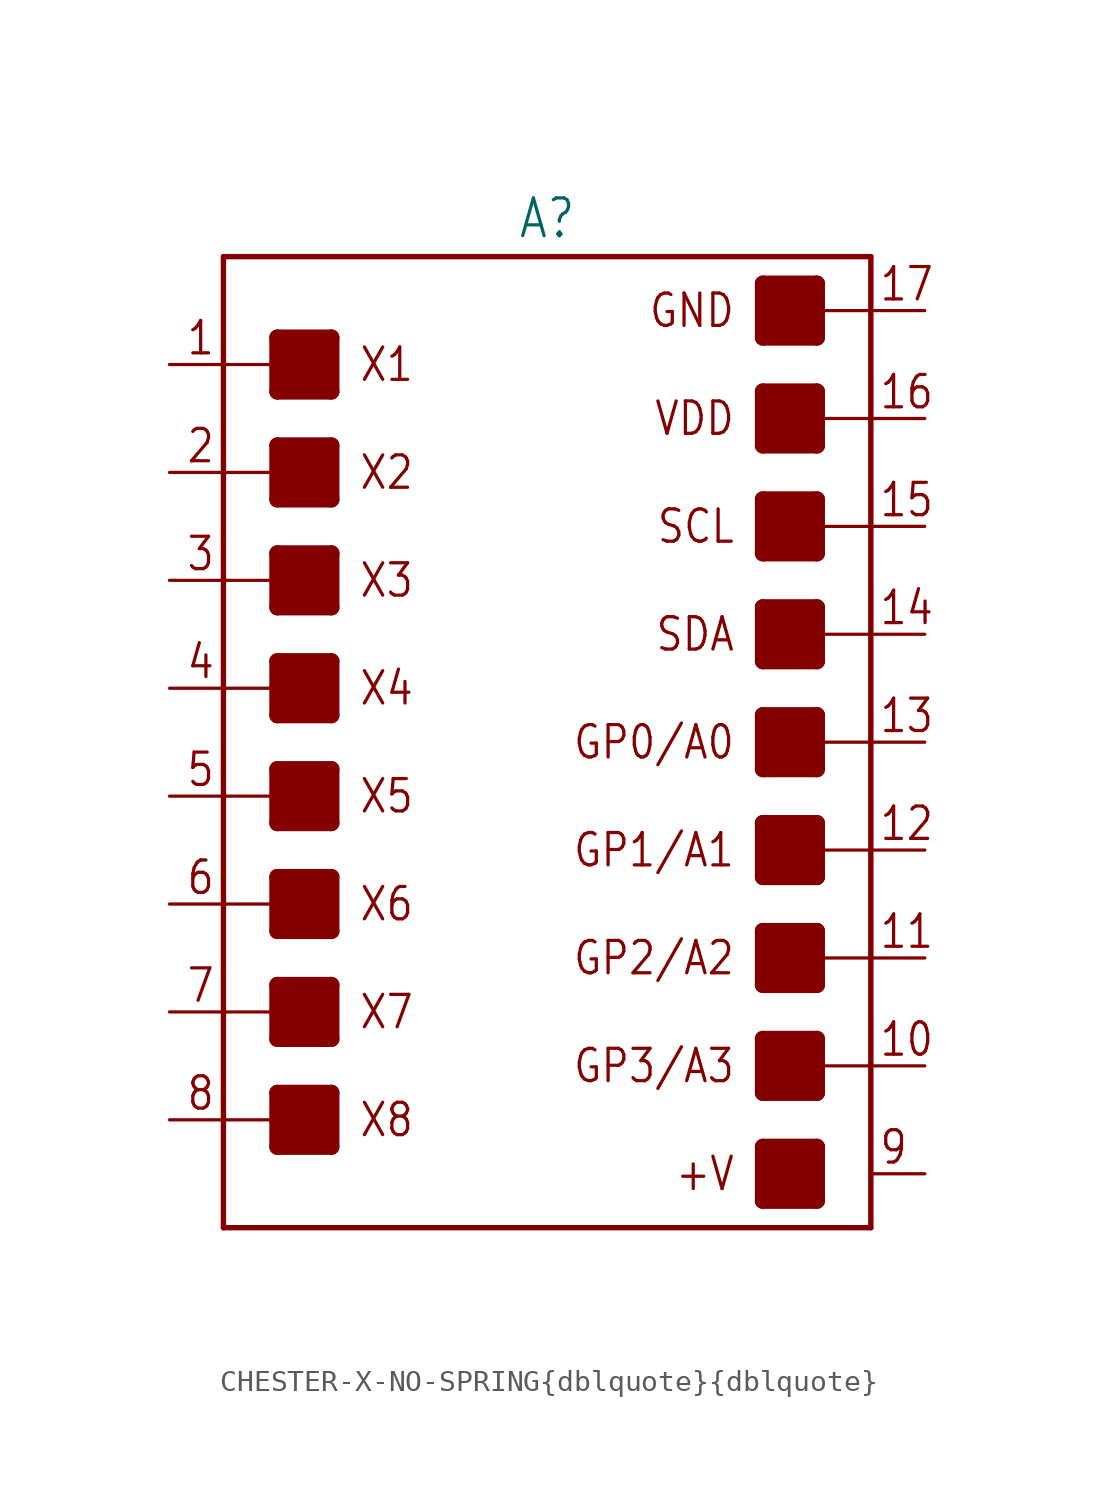
<source format=kicad_sym>
(kicad_symbol_lib
  (version 20231120)
  (generator "kicad_symbol_editor")
  (generator_version "8.0")
  (symbol "CHESTER-X-NO-SPRING{dblquote}{dblquote}"
    (property "Reference" "A"
      (at 0 23.622 0)
      (effects (font (size 1.778 1.511)) (justify bottom)))
    (property "Value" ""
      (at 0 -23.622 0)
      (effects (font (size 1.778 1.511)) (justify top)))
    (property "ki_locked" ""
      (at 0 0 0)
      (effects (font (size 1.27 1.27))))
    (symbol "CHESTER-X-NO-SPRING{dblquote}{dblquote}_1_0"
      (rectangle (start -12.7 -19.05) (end -10.16 -16.51) (stroke (width 0) (type default)) (fill (type outline)))
      (rectangle (start -12.7 -13.97) (end -10.16 -11.43) (stroke (width 0) (type default)) (fill (type outline)))
      (rectangle (start -12.7 -8.89) (end -10.16 -6.35) (stroke (width 0) (type default)) (fill (type outline)))
      (rectangle (start -12.7 -3.81) (end -10.16 -1.27) (stroke (width 0) (type default)) (fill (type outline)))
      (rectangle (start -12.7 1.27) (end -10.16 3.81) (stroke (width 0) (type default)) (fill (type outline)))
      (rectangle (start -12.7 6.35) (end -10.16 8.89) (stroke (width 0) (type default)) (fill (type outline)))
      (rectangle (start -12.7 11.43) (end -10.16 13.97) (stroke (width 0) (type default)) (fill (type outline)))
      (rectangle (start -12.7 16.51) (end -10.16 19.05) (stroke (width 0) (type default)) (fill (type outline)))
      (polyline (pts (xy -15.24 -17.78) (xy -15.24 -22.86)) (stroke (width 0.254) (type solid)) (fill (type none)))
      (polyline (pts (xy -15.24 -17.78) (xy -12.7 -17.78)) (stroke (width 0.152) (type solid)) (fill (type none)))
      (polyline (pts (xy -15.24 -12.7) (xy -15.24 -17.78)) (stroke (width 0.254) (type solid)) (fill (type none)))
      (polyline (pts (xy -15.24 -12.7) (xy -12.7 -12.7)) (stroke (width 0.152) (type solid)) (fill (type none)))
      (polyline (pts (xy -15.24 -7.62) (xy -15.24 -12.7)) (stroke (width 0.254) (type solid)) (fill (type none)))
      (polyline (pts (xy -15.24 -7.62) (xy -12.7 -7.62)) (stroke (width 0.152) (type solid)) (fill (type none)))
      (polyline (pts (xy -15.24 -2.54) (xy -15.24 -7.62)) (stroke (width 0.254) (type solid)) (fill (type none)))
      (polyline (pts (xy -15.24 -2.54) (xy -12.7 -2.54)) (stroke (width 0.152) (type solid)) (fill (type none)))
      (polyline (pts (xy -15.24 2.54) (xy -15.24 -2.54)) (stroke (width 0.254) (type solid)) (fill (type none)))
      (polyline (pts (xy -15.24 2.54) (xy -12.7 2.54)) (stroke (width 0.152) (type solid)) (fill (type none)))
      (polyline (pts (xy -15.24 7.62) (xy -15.24 2.54)) (stroke (width 0.254) (type solid)) (fill (type none)))
      (polyline (pts (xy -15.24 7.62) (xy -12.7 7.62)) (stroke (width 0.152) (type solid)) (fill (type none)))
      (polyline (pts (xy -15.24 12.7) (xy -15.24 7.62)) (stroke (width 0.254) (type solid)) (fill (type none)))
      (polyline (pts (xy -15.24 12.7) (xy -12.7 12.7)) (stroke (width 0.152) (type solid)) (fill (type none)))
      (polyline (pts (xy -15.24 17.78) (xy -15.24 12.7)) (stroke (width 0.254) (type solid)) (fill (type none)))
      (polyline (pts (xy -15.24 17.78) (xy -12.7 17.78)) (stroke (width 0.152) (type solid)) (fill (type none)))
      (polyline (pts (xy -15.24 22.86) (xy -15.24 17.78)) (stroke (width 0.254) (type solid)) (fill (type none)))
      (polyline (pts (xy -15.24 22.86) (xy 15.24 22.86)) (stroke (width 0.254) (type solid)) (fill (type none)))
      (polyline (pts (xy -12.7 -19.05) (xy -10.16 -19.05)) (stroke (width 0.762) (type solid)) (fill (type none)))
      (polyline (pts (xy -12.7 -17.78) (xy -12.7 -19.05)) (stroke (width 0.762) (type solid)) (fill (type none)))
      (polyline (pts (xy -12.7 -16.51) (xy -12.7 -17.78)) (stroke (width 0.762) (type solid)) (fill (type none)))
      (polyline (pts (xy -12.7 -16.51) (xy -10.16 -16.51)) (stroke (width 0.762) (type solid)) (fill (type none)))
      (polyline (pts (xy -12.7 -13.97) (xy -10.16 -13.97)) (stroke (width 0.762) (type solid)) (fill (type none)))
      (polyline (pts (xy -12.7 -12.7) (xy -12.7 -13.97)) (stroke (width 0.762) (type solid)) (fill (type none)))
      (polyline (pts (xy -12.7 -11.43) (xy -12.7 -12.7)) (stroke (width 0.762) (type solid)) (fill (type none)))
      (polyline (pts (xy -12.7 -11.43) (xy -10.16 -11.43)) (stroke (width 0.762) (type solid)) (fill (type none)))
      (polyline (pts (xy -12.7 -8.89) (xy -10.16 -8.89)) (stroke (width 0.762) (type solid)) (fill (type none)))
      (polyline (pts (xy -12.7 -7.62) (xy -12.7 -8.89)) (stroke (width 0.762) (type solid)) (fill (type none)))
      (polyline (pts (xy -12.7 -6.35) (xy -12.7 -7.62)) (stroke (width 0.762) (type solid)) (fill (type none)))
      (polyline (pts (xy -12.7 -6.35) (xy -10.16 -6.35)) (stroke (width 0.762) (type solid)) (fill (type none)))
      (polyline (pts (xy -12.7 -3.81) (xy -10.16 -3.81)) (stroke (width 0.762) (type solid)) (fill (type none)))
      (polyline (pts (xy -12.7 -2.54) (xy -12.7 -3.81)) (stroke (width 0.762) (type solid)) (fill (type none)))
      (polyline (pts (xy -12.7 -1.27) (xy -12.7 -2.54)) (stroke (width 0.762) (type solid)) (fill (type none)))
      (polyline (pts (xy -12.7 -1.27) (xy -10.16 -1.27)) (stroke (width 0.762) (type solid)) (fill (type none)))
      (polyline (pts (xy -12.7 1.27) (xy -10.16 1.27)) (stroke (width 0.762) (type solid)) (fill (type none)))
      (polyline (pts (xy -12.7 2.54) (xy -12.7 1.27)) (stroke (width 0.762) (type solid)) (fill (type none)))
      (polyline (pts (xy -12.7 3.81) (xy -12.7 2.54)) (stroke (width 0.762) (type solid)) (fill (type none)))
      (polyline (pts (xy -12.7 3.81) (xy -10.16 3.81)) (stroke (width 0.762) (type solid)) (fill (type none)))
      (polyline (pts (xy -12.7 6.35) (xy -10.16 6.35)) (stroke (width 0.762) (type solid)) (fill (type none)))
      (polyline (pts (xy -12.7 7.62) (xy -12.7 6.35)) (stroke (width 0.762) (type solid)) (fill (type none)))
      (polyline (pts (xy -12.7 8.89) (xy -12.7 7.62)) (stroke (width 0.762) (type solid)) (fill (type none)))
      (polyline (pts (xy -12.7 8.89) (xy -10.16 8.89)) (stroke (width 0.762) (type solid)) (fill (type none)))
      (polyline (pts (xy -12.7 11.43) (xy -10.16 11.43)) (stroke (width 0.762) (type solid)) (fill (type none)))
      (polyline (pts (xy -12.7 12.7) (xy -12.7 11.43)) (stroke (width 0.762) (type solid)) (fill (type none)))
      (polyline (pts (xy -12.7 13.97) (xy -12.7 12.7)) (stroke (width 0.762) (type solid)) (fill (type none)))
      (polyline (pts (xy -12.7 13.97) (xy -10.16 13.97)) (stroke (width 0.762) (type solid)) (fill (type none)))
      (polyline (pts (xy -12.7 16.51) (xy -10.16 16.51)) (stroke (width 0.762) (type solid)) (fill (type none)))
      (polyline (pts (xy -12.7 17.78) (xy -12.7 16.51)) (stroke (width 0.762) (type solid)) (fill (type none)))
      (polyline (pts (xy -12.7 19.05) (xy -12.7 17.78)) (stroke (width 0.762) (type solid)) (fill (type none)))
      (polyline (pts (xy -12.7 19.05) (xy -10.16 19.05)) (stroke (width 0.762) (type solid)) (fill (type none)))
      (polyline (pts (xy -10.16 -19.05) (xy -10.16 -16.51)) (stroke (width 0.762) (type solid)) (fill (type none)))
      (polyline (pts (xy -10.16 -13.97) (xy -10.16 -11.43)) (stroke (width 0.762) (type solid)) (fill (type none)))
      (polyline (pts (xy -10.16 -8.89) (xy -10.16 -6.35)) (stroke (width 0.762) (type solid)) (fill (type none)))
      (polyline (pts (xy -10.16 -3.81) (xy -10.16 -1.27)) (stroke (width 0.762) (type solid)) (fill (type none)))
      (polyline (pts (xy -10.16 1.27) (xy -10.16 3.81)) (stroke (width 0.762) (type solid)) (fill (type none)))
      (polyline (pts (xy -10.16 6.35) (xy -10.16 8.89)) (stroke (width 0.762) (type solid)) (fill (type none)))
      (polyline (pts (xy -10.16 11.43) (xy -10.16 13.97)) (stroke (width 0.762) (type solid)) (fill (type none)))
      (polyline (pts (xy -10.16 16.51) (xy -10.16 19.05)) (stroke (width 0.762) (type solid)) (fill (type none)))
      (polyline (pts (xy 10.16 -21.59) (xy 12.7 -21.59)) (stroke (width 0.762) (type solid)) (fill (type none)))
      (polyline (pts (xy 10.16 -19.05) (xy 10.16 -21.59)) (stroke (width 0.762) (type solid)) (fill (type none)))
      (polyline (pts (xy 10.16 -19.05) (xy 12.7 -19.05)) (stroke (width 0.762) (type solid)) (fill (type none)))
      (polyline (pts (xy 10.16 -16.51) (xy 12.7 -16.51)) (stroke (width 0.762) (type solid)) (fill (type none)))
      (polyline (pts (xy 10.16 -13.97) (xy 10.16 -16.51)) (stroke (width 0.762) (type solid)) (fill (type none)))
      (polyline (pts (xy 10.16 -13.97) (xy 12.7 -13.97)) (stroke (width 0.762) (type solid)) (fill (type none)))
      (polyline (pts (xy 10.16 -11.43) (xy 12.7 -11.43)) (stroke (width 0.762) (type solid)) (fill (type none)))
      (polyline (pts (xy 10.16 -8.89) (xy 10.16 -11.43)) (stroke (width 0.762) (type solid)) (fill (type none)))
      (polyline (pts (xy 10.16 -8.89) (xy 12.7 -8.89)) (stroke (width 0.762) (type solid)) (fill (type none)))
      (polyline (pts (xy 10.16 -6.35) (xy 12.7 -6.35)) (stroke (width 0.762) (type solid)) (fill (type none)))
      (polyline (pts (xy 10.16 -3.81) (xy 10.16 -6.35)) (stroke (width 0.762) (type solid)) (fill (type none)))
      (polyline (pts (xy 10.16 -3.81) (xy 12.7 -3.81)) (stroke (width 0.762) (type solid)) (fill (type none)))
      (polyline (pts (xy 10.16 -1.27) (xy 12.7 -1.27)) (stroke (width 0.762) (type solid)) (fill (type none)))
      (polyline (pts (xy 10.16 1.27) (xy 10.16 -1.27)) (stroke (width 0.762) (type solid)) (fill (type none)))
      (polyline (pts (xy 10.16 1.27) (xy 12.7 1.27)) (stroke (width 0.762) (type solid)) (fill (type none)))
      (polyline (pts (xy 10.16 3.81) (xy 12.7 3.81)) (stroke (width 0.762) (type solid)) (fill (type none)))
      (polyline (pts (xy 10.16 6.35) (xy 10.16 3.81)) (stroke (width 0.762) (type solid)) (fill (type none)))
      (polyline (pts (xy 10.16 6.35) (xy 12.7 6.35)) (stroke (width 0.762) (type solid)) (fill (type none)))
      (polyline (pts (xy 10.16 8.89) (xy 12.7 8.89)) (stroke (width 0.762) (type solid)) (fill (type none)))
      (polyline (pts (xy 10.16 11.43) (xy 10.16 8.89)) (stroke (width 0.762) (type solid)) (fill (type none)))
      (polyline (pts (xy 10.16 11.43) (xy 12.7 11.43)) (stroke (width 0.762) (type solid)) (fill (type none)))
      (polyline (pts (xy 10.16 13.97) (xy 12.7 13.97)) (stroke (width 0.762) (type solid)) (fill (type none)))
      (polyline (pts (xy 10.16 16.51) (xy 10.16 13.97)) (stroke (width 0.762) (type solid)) (fill (type none)))
      (polyline (pts (xy 10.16 16.51) (xy 12.7 16.51)) (stroke (width 0.762) (type solid)) (fill (type none)))
      (polyline (pts (xy 10.16 19.05) (xy 12.7 19.05)) (stroke (width 0.762) (type solid)) (fill (type none)))
      (polyline (pts (xy 10.16 21.59) (xy 10.16 19.05)) (stroke (width 0.762) (type solid)) (fill (type none)))
      (polyline (pts (xy 10.16 21.59) (xy 12.7 21.59)) (stroke (width 0.762) (type solid)) (fill (type none)))
      (polyline (pts (xy 12.7 -21.59) (xy 12.7 -19.05)) (stroke (width 0.762) (type solid)) (fill (type none)))
      (polyline (pts (xy 12.7 -16.51) (xy 12.7 -13.97)) (stroke (width 0.762) (type solid)) (fill (type none)))
      (polyline (pts (xy 12.7 -11.43) (xy 12.7 -8.89)) (stroke (width 0.762) (type solid)) (fill (type none)))
      (polyline (pts (xy 12.7 -6.35) (xy 12.7 -3.81)) (stroke (width 0.762) (type solid)) (fill (type none)))
      (polyline (pts (xy 12.7 -1.27) (xy 12.7 1.27)) (stroke (width 0.762) (type solid)) (fill (type none)))
      (polyline (pts (xy 12.7 3.81) (xy 12.7 6.35)) (stroke (width 0.762) (type solid)) (fill (type none)))
      (polyline (pts (xy 12.7 8.89) (xy 12.7 11.43)) (stroke (width 0.762) (type solid)) (fill (type none)))
      (polyline (pts (xy 12.7 13.97) (xy 12.7 16.51)) (stroke (width 0.762) (type solid)) (fill (type none)))
      (polyline (pts (xy 12.7 19.05) (xy 12.7 21.59)) (stroke (width 0.762) (type solid)) (fill (type none)))
      (polyline (pts (xy 15.24 -22.86) (xy -15.24 -22.86)) (stroke (width 0.254) (type solid)) (fill (type none)))
      (polyline (pts (xy 15.24 -15.24) (xy 12.7 -15.24)) (stroke (width 0.152) (type solid)) (fill (type none)))
      (polyline (pts (xy 15.24 -15.24) (xy 15.24 -22.86)) (stroke (width 0.254) (type solid)) (fill (type none)))
      (polyline (pts (xy 15.24 -10.16) (xy 12.7 -10.16)) (stroke (width 0.152) (type solid)) (fill (type none)))
      (polyline (pts (xy 15.24 -10.16) (xy 15.24 -15.24)) (stroke (width 0.254) (type solid)) (fill (type none)))
      (polyline (pts (xy 15.24 -5.08) (xy 12.7 -5.08)) (stroke (width 0.152) (type solid)) (fill (type none)))
      (polyline (pts (xy 15.24 -5.08) (xy 15.24 -10.16)) (stroke (width 0.254) (type solid)) (fill (type none)))
      (polyline (pts (xy 15.24 0) (xy 12.7 0)) (stroke (width 0.152) (type solid)) (fill (type none)))
      (polyline (pts (xy 15.24 0) (xy 15.24 -5.08)) (stroke (width 0.254) (type solid)) (fill (type none)))
      (polyline (pts (xy 15.24 5.08) (xy 12.7 5.08)) (stroke (width 0.152) (type solid)) (fill (type none)))
      (polyline (pts (xy 15.24 5.08) (xy 15.24 0)) (stroke (width 0.254) (type solid)) (fill (type none)))
      (polyline (pts (xy 15.24 10.16) (xy 12.7 10.16)) (stroke (width 0.152) (type solid)) (fill (type none)))
      (polyline (pts (xy 15.24 10.16) (xy 15.24 5.08)) (stroke (width 0.254) (type solid)) (fill (type none)))
      (polyline (pts (xy 15.24 15.24) (xy 12.7 15.24)) (stroke (width 0.152) (type solid)) (fill (type none)))
      (polyline (pts (xy 15.24 15.24) (xy 15.24 10.16)) (stroke (width 0.254) (type solid)) (fill (type none)))
      (polyline (pts (xy 15.24 20.32) (xy 12.7 20.32)) (stroke (width 0.152) (type solid)) (fill (type none)))
      (polyline (pts (xy 15.24 20.32) (xy 15.24 15.24)) (stroke (width 0.254) (type solid)) (fill (type none)))
      (polyline (pts (xy 15.24 22.86) (xy 15.24 20.32)) (stroke (width 0.254) (type solid)) (fill (type none)))
      (rectangle (start 10.16 -21.59) (end 12.7 -19.05) (stroke (width 0) (type default)) (fill (type outline)))
      (rectangle (start 10.16 -16.51) (end 12.7 -13.97) (stroke (width 0) (type default)) (fill (type outline)))
      (rectangle (start 10.16 -11.43) (end 12.7 -8.89) (stroke (width 0) (type default)) (fill (type outline)))
      (rectangle (start 10.16 -6.35) (end 12.7 -3.81) (stroke (width 0) (type default)) (fill (type outline)))
      (rectangle (start 10.16 -1.27) (end 12.7 1.27) (stroke (width 0) (type default)) (fill (type outline)))
      (rectangle (start 10.16 3.81) (end 12.7 6.35) (stroke (width 0) (type default)) (fill (type outline)))
      (rectangle (start 10.16 8.89) (end 12.7 11.43) (stroke (width 0) (type default)) (fill (type outline)))
      (rectangle (start 10.16 13.97) (end 12.7 16.51) (stroke (width 0) (type default)) (fill (type outline)))
      (rectangle (start 10.16 19.05) (end 12.7 21.59) (stroke (width 0) (type default)) (fill (type outline)))
      (text "+V" (at 8.89 -20.32 0) (effects (font (size 1.524 1.295)) (justify right)))
      (text "1" (at -15.596 18.136 0) (effects (font (size 1.524 1.295)) (justify right bottom)))
      (text "10" (at 15.596 -14.884 0) (effects (font (size 1.524 1.295)) (justify left bottom)))
      (text "11" (at 15.596 -9.804 0) (effects (font (size 1.524 1.295)) (justify left bottom)))
      (text "12" (at 15.596 -4.724 0) (effects (font (size 1.524 1.295)) (justify left bottom)))
      (text "13" (at 15.596 0.356 0) (effects (font (size 1.524 1.295)) (justify left bottom)))
      (text "14" (at 15.596 5.436 0) (effects (font (size 1.524 1.295)) (justify left bottom)))
      (text "15" (at 15.596 10.516 0) (effects (font (size 1.524 1.295)) (justify left bottom)))
      (text "16" (at 15.596 15.596 0) (effects (font (size 1.524 1.295)) (justify left bottom)))
      (text "17" (at 15.596 20.676 0) (effects (font (size 1.524 1.295)) (justify left bottom)))
      (text "2" (at -15.596 13.056 0) (effects (font (size 1.524 1.295)) (justify right bottom)))
      (text "3" (at -15.596 7.976 0) (effects (font (size 1.524 1.295)) (justify right bottom)))
      (text "4" (at -15.596 2.896 0) (effects (font (size 1.524 1.295)) (justify right bottom)))
      (text "5" (at -15.596 -2.184 0) (effects (font (size 1.524 1.295)) (justify right bottom)))
      (text "6" (at -15.596 -7.264 0) (effects (font (size 1.524 1.295)) (justify right bottom)))
      (text "7" (at -15.596 -12.344 0) (effects (font (size 1.524 1.295)) (justify right bottom)))
      (text "8" (at -15.596 -17.424 0) (effects (font (size 1.524 1.295)) (justify right bottom)))
      (text "9" (at 15.596 -19.964 0) (effects (font (size 1.524 1.295)) (justify left bottom)))
      (text "GND" (at 8.89 20.32 0) (effects (font (size 1.524 1.295)) (justify right)))
      (text "GP0/A0" (at 8.89 0 0) (effects (font (size 1.524 1.295)) (justify right)))
      (text "GP1/A1" (at 8.89 -5.08 0) (effects (font (size 1.524 1.295)) (justify right)))
      (text "GP2/A2" (at 8.89 -10.16 0) (effects (font (size 1.524 1.295)) (justify right)))
      (text "GP3/A3" (at 8.89 -15.24 0) (effects (font (size 1.524 1.295)) (justify right)))
      (text "SCL" (at 8.89 10.16 0) (effects (font (size 1.524 1.295)) (justify right)))
      (text "SDA" (at 8.89 5.08 0) (effects (font (size 1.524 1.295)) (justify right)))
      (text "VDD" (at 8.89 15.24 0) (effects (font (size 1.524 1.295)) (justify right)))
      (text "X1" (at -8.89 17.78 0) (effects (font (size 1.524 1.295)) (justify left)))
      (text "X2" (at -8.89 12.7 0) (effects (font (size 1.524 1.295)) (justify left)))
      (text "X3" (at -8.89 7.62 0) (effects (font (size 1.524 1.295)) (justify left)))
      (text "X4" (at -8.89 2.54 0) (effects (font (size 1.524 1.295)) (justify left)))
      (text "X5" (at -8.89 -2.54 0) (effects (font (size 1.524 1.295)) (justify left)))
      (text "X6" (at -8.89 -7.62 0) (effects (font (size 1.524 1.295)) (justify left)))
      (text "X7" (at -8.89 -12.7 0) (effects (font (size 1.524 1.295)) (justify left)))
      (text "X8" (at -8.89 -17.78 0) (effects (font (size 1.524 1.295)) (justify left)))
      (pin passive line (at 17.78 -15.24 180) (length 2.54) (name "10" (effects (font (size 0 0)))) (number "10A" (effects (font (size 0 0)))))
      (pin passive line (at 17.78 -10.16 180) (length 2.54) (name "11" (effects (font (size 0 0)))) (number "11A" (effects (font (size 0 0)))))
      (pin passive line (at 17.78 -5.08 180) (length 2.54) (name "12" (effects (font (size 0 0)))) (number "12A" (effects (font (size 0 0)))))
      (pin passive line (at 17.78 0 180) (length 2.54) (name "13" (effects (font (size 0 0)))) (number "13A" (effects (font (size 0 0)))))
      (pin passive line (at 17.78 5.08 180) (length 2.54) (name "14" (effects (font (size 0 0)))) (number "14A" (effects (font (size 0 0)))))
      (pin passive line (at 17.78 10.16 180) (length 2.54) (name "15" (effects (font (size 0 0)))) (number "15A" (effects (font (size 0 0)))))
      (pin passive line (at 17.78 15.24 180) (length 2.54) (name "16" (effects (font (size 0 0)))) (number "16A" (effects (font (size 0 0)))))
      (pin passive line (at 17.78 20.32 180) (length 2.54) (name "17" (effects (font (size 0 0)))) (number "17A" (effects (font (size 0 0)))))
      (pin passive line (at -17.78 17.78 0) (length 2.54) (name "1" (effects (font (size 0 0)))) (number "1A" (effects (font (size 0 0)))))
      (pin passive line (at -17.78 12.7 0) (length 2.54) (name "2" (effects (font (size 0 0)))) (number "2A" (effects (font (size 0 0)))))
      (pin passive line (at -17.78 7.62 0) (length 2.54) (name "3" (effects (font (size 0 0)))) (number "3A" (effects (font (size 0 0)))))
      (pin passive line (at -17.78 2.54 0) (length 2.54) (name "4" (effects (font (size 0 0)))) (number "4A" (effects (font (size 0 0)))))
      (pin passive line (at -17.78 -2.54 0) (length 2.54) (name "5" (effects (font (size 0 0)))) (number "5A" (effects (font (size 0 0)))))
      (pin passive line (at -17.78 -7.62 0) (length 2.54) (name "6" (effects (font (size 0 0)))) (number "6A" (effects (font (size 0 0)))))
      (pin passive line (at -17.78 -12.7 0) (length 2.54) (name "7" (effects (font (size 0 0)))) (number "7A" (effects (font (size 0 0)))))
      (pin passive line (at -17.78 -17.78 0) (length 2.54) (name "8" (effects (font (size 0 0)))) (number "8A" (effects (font (size 0 0)))))
      (pin passive line (at 17.78 -20.32 180) (length 2.54) (name "9" (effects (font (size 0 0)))) (number "9A" (effects (font (size 0 0))))))))
</source>
